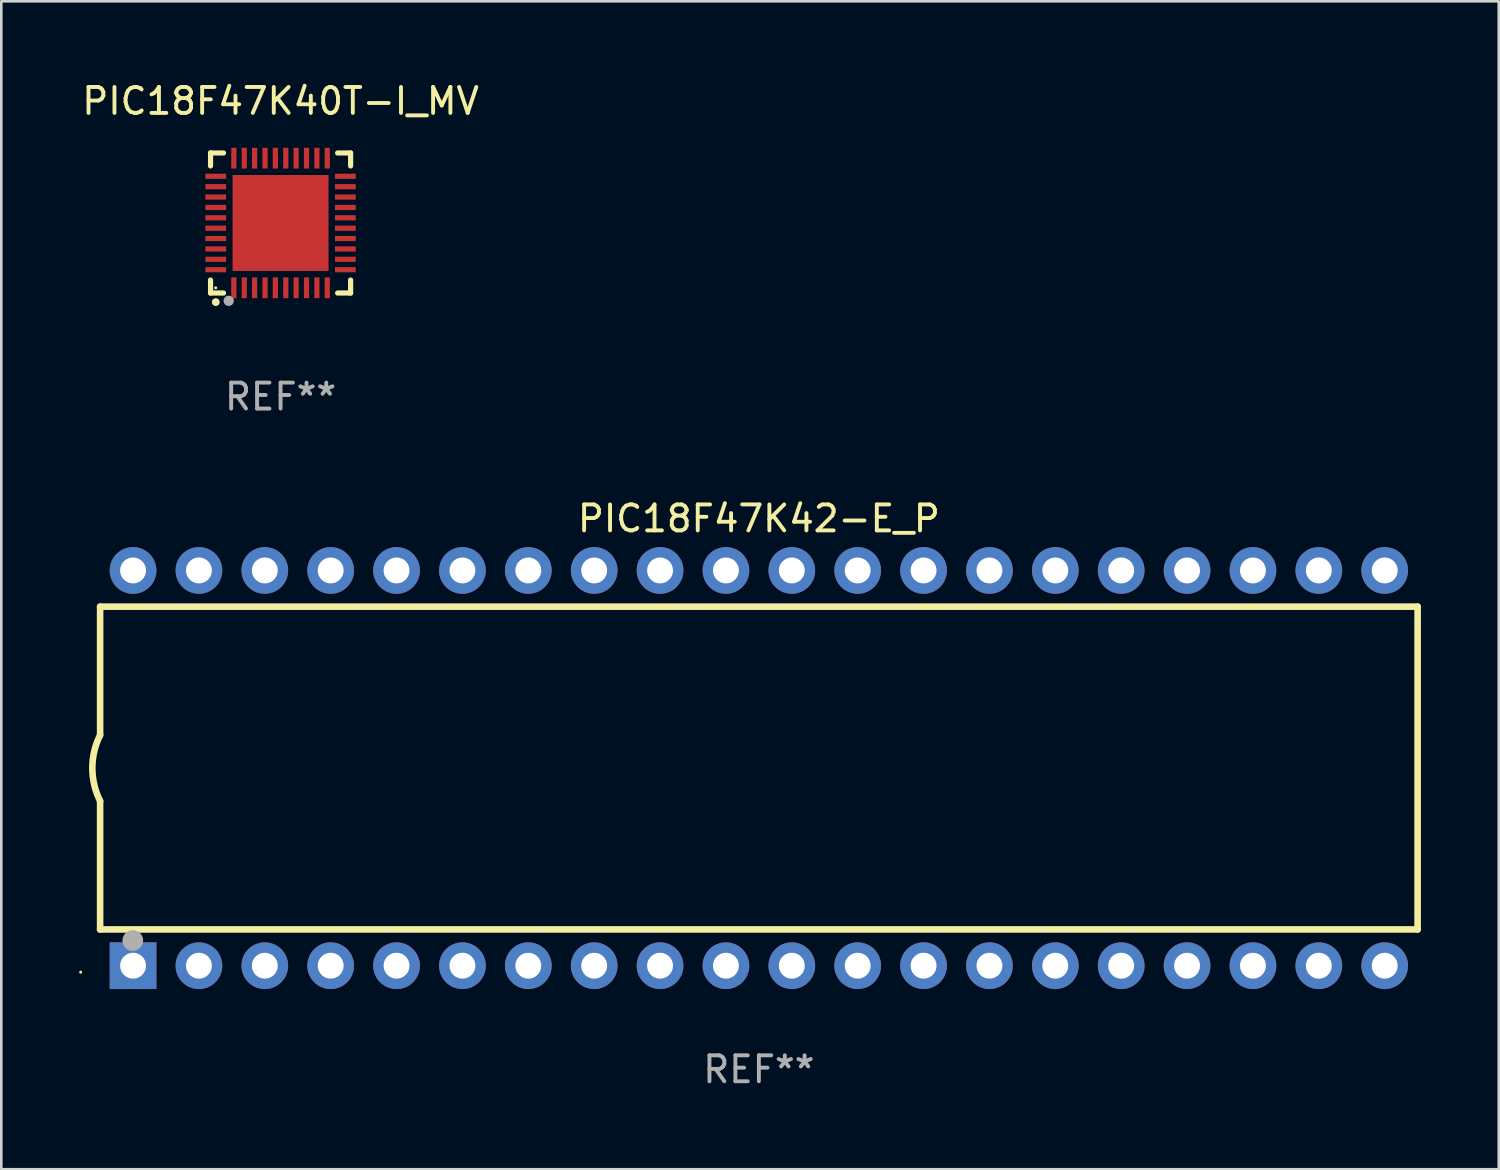
<source format=kicad_pcb>
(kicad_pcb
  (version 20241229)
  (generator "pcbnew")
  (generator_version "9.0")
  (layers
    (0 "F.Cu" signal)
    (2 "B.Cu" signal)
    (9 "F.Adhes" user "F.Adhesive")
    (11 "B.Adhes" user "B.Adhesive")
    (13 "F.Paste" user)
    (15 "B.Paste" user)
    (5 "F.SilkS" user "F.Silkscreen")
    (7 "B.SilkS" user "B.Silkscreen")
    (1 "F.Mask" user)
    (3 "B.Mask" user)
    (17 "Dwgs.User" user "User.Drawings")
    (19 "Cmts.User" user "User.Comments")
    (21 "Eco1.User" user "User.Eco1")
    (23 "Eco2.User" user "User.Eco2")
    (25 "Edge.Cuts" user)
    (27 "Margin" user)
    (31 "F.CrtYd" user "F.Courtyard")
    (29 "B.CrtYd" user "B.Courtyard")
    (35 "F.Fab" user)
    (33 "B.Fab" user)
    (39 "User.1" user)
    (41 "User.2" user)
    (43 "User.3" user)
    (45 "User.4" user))
  (footprint "PIC18F47K42-E_P"
    (layer "F.Cu")
    (at 26.21 26.565)
    (property "Reference" "PIC18F47K42-E_P" (at 0 -9.62 0) (layer "F.SilkS") (effects (font (size 1 1) (thickness 0.15))))
    (attr through_hole)
    (fp_line (start -25.4 -6.224) (end -25.4 -1.271) (stroke (width 0.254) (type solid)) (layer "F.SilkS"))
    (fp_line (start -25.4 -6.224) (end 25.4 -6.224) (stroke (width 0.254) (type solid)) (layer "F.SilkS"))
    (fp_line (start -25.4 1.269) (end -25.4 6.222) (stroke (width 0.254) (type solid)) (layer "F.SilkS"))
    (fp_line (start -25.4 6.222) (end 25.4 6.222) (stroke (width 0.254) (type solid)) (layer "F.SilkS"))
    (fp_line (start 25.4 6.222) (end 25.4 -6.224) (stroke (width 0.254) (type solid)) (layer "F.SilkS"))
    (fp_arc (start -25.4 1.269241) (mid -25.699807 -0.000762) (end -25.4 -1.270765) (stroke (width 0.254001) (type solid)) (layer "F.SilkS"))
    (fp_circle (center -26.15 7.87) (end -26.12 7.87) (stroke (width 0.06) (type solid)) (fill no) (layer "F.SilkS"))
    (fp_circle (center -24.14 6.65) (end -23.94 6.65) (stroke (width 0.4) (type solid)) (fill no) (layer "F.Fab"))
    (fp_text user "REF**" (at 0 11.62 0) (layer "F.Fab") (effects (font (size 1 1) (thickness 0.15))))
    (pad "1" thru_hole rect (at -24.13 7.62 90) (size 1.8 1.8) (drill 1) (layers "*.Cu" "*.Mask"))
    (pad "2" thru_hole circle (at -21.59 7.62) (size 1.8 1.8) (drill 1) (layers "*.Cu" "*.Mask"))
    (pad "3" thru_hole circle (at -19.05 7.62) (size 1.8 1.8) (drill 1) (layers "*.Cu" "*.Mask"))
    (pad "4" thru_hole circle (at -16.51 7.62) (size 1.8 1.8) (drill 1) (layers "*.Cu" "*.Mask"))
    (pad "5" thru_hole circle (at -13.97 7.62) (size 1.8 1.8) (drill 1) (layers "*.Cu" "*.Mask"))
    (pad "6" thru_hole circle (at -11.43 7.62) (size 1.8 1.8) (drill 1) (layers "*.Cu" "*.Mask"))
    (pad "7" thru_hole circle (at -8.89 7.62) (size 1.8 1.8) (drill 1) (layers "*.Cu" "*.Mask"))
    (pad "8" thru_hole circle (at -6.35 7.62) (size 1.8 1.8) (drill 1) (layers "*.Cu" "*.Mask"))
    (pad "9" thru_hole circle (at -3.81 7.62) (size 1.8 1.8) (drill 1) (layers "*.Cu" "*.Mask"))
    (pad "10" thru_hole circle (at -1.27 7.62) (size 1.8 1.8) (drill 1) (layers "*.Cu" "*.Mask"))
    (pad "11" thru_hole circle (at 1.27 7.62) (size 1.8 1.8) (drill 1) (layers "*.Cu" "*.Mask"))
    (pad "12" thru_hole circle (at 3.81 7.62) (size 1.8 1.8) (drill 1) (layers "*.Cu" "*.Mask"))
    (pad "13" thru_hole circle (at 6.35 7.62) (size 1.8 1.8) (drill 1) (layers "*.Cu" "*.Mask"))
    (pad "14" thru_hole circle (at 8.89 7.62) (size 1.8 1.8) (drill 1) (layers "*.Cu" "*.Mask"))
    (pad "15" thru_hole circle (at 11.43 7.62) (size 1.8 1.8) (drill 1) (layers "*.Cu" "*.Mask"))
    (pad "16" thru_hole circle (at 13.97 7.62) (size 1.8 1.8) (drill 1) (layers "*.Cu" "*.Mask"))
    (pad "17" thru_hole circle (at 16.51 7.62) (size 1.8 1.8) (drill 1) (layers "*.Cu" "*.Mask"))
    (pad "18" thru_hole circle (at 19.05 7.62) (size 1.8 1.8) (drill 1) (layers "*.Cu" "*.Mask"))
    (pad "19" thru_hole circle (at 21.59 7.62) (size 1.8 1.8) (drill 1) (layers "*.Cu" "*.Mask"))
    (pad "20" thru_hole circle (at 24.13 7.62) (size 1.8 1.8) (drill 1) (layers "*.Cu" "*.Mask"))
    (pad "21" thru_hole circle (at 24.13 -7.62) (size 1.8 1.8) (drill 1) (layers "*.Cu" "*.Mask"))
    (pad "22" thru_hole circle (at 21.59 -7.62) (size 1.8 1.8) (drill 1) (layers "*.Cu" "*.Mask"))
    (pad "23" thru_hole circle (at 19.05 -7.62) (size 1.8 1.8) (drill 1) (layers "*.Cu" "*.Mask"))
    (pad "24" thru_hole circle (at 16.51 -7.62) (size 1.8 1.8) (drill 1) (layers "*.Cu" "*.Mask"))
    (pad "25" thru_hole circle (at 13.97 -7.62) (size 1.8 1.8) (drill 1) (layers "*.Cu" "*.Mask"))
    (pad "26" thru_hole circle (at 11.43 -7.62) (size 1.8 1.8) (drill 1) (layers "*.Cu" "*.Mask"))
    (pad "27" thru_hole circle (at 8.89 -7.62) (size 1.8 1.8) (drill 1) (layers "*.Cu" "*.Mask"))
    (pad "28" thru_hole circle (at 6.35 -7.62) (size 1.8 1.8) (drill 1) (layers "*.Cu" "*.Mask"))
    (pad "29" thru_hole circle (at 3.81 -7.62) (size 1.8 1.8) (drill 1) (layers "*.Cu" "*.Mask"))
    (pad "30" thru_hole circle (at 1.27 -7.62) (size 1.8 1.8) (drill 1) (layers "*.Cu" "*.Mask"))
    (pad "31" thru_hole circle (at -1.27 -7.62) (size 1.8 1.8) (drill 1) (layers "*.Cu" "*.Mask"))
    (pad "32" thru_hole circle (at -3.81 -7.62) (size 1.8 1.8) (drill 1) (layers "*.Cu" "*.Mask"))
    (pad "33" thru_hole circle (at -6.35 -7.62) (size 1.8 1.8) (drill 1) (layers "*.Cu" "*.Mask"))
    (pad "34" thru_hole circle (at -8.89 -7.62) (size 1.8 1.8) (drill 1) (layers "*.Cu" "*.Mask"))
    (pad "35" thru_hole circle (at -11.43 -7.62) (size 1.8 1.8) (drill 1) (layers "*.Cu" "*.Mask"))
    (pad "36" thru_hole circle (at -13.97 -7.62) (size 1.8 1.8) (drill 1) (layers "*.Cu" "*.Mask"))
    (pad "37" thru_hole circle (at -16.51 -7.62) (size 1.8 1.8) (drill 1) (layers "*.Cu" "*.Mask"))
    (pad "38" thru_hole circle (at -19.05 -7.62) (size 1.8 1.8) (drill 1) (layers "*.Cu" "*.Mask"))
    (pad "39" thru_hole circle (at -21.59 -7.62) (size 1.8 1.8) (drill 1) (layers "*.Cu" "*.Mask"))
    (pad "40" thru_hole circle (at -24.13 -7.62) (size 1.8 1.8) (drill 1) (layers "*.Cu" "*.Mask")))
  (footprint "PIC18F47K40T-I_MV"
    (layer "F.Cu")
    (at 7.768 5.548)
    (property "Reference" "PIC18F47K40T-I_MV" (at 0 -4.7 0) (layer "F.SilkS") (effects (font (size 1 1) (thickness 0.15))))
    (attr through_hole)
    (fp_line (start -2.7 -2.7) (end -2.7 -2.2) (stroke (width 0.2) (type solid)) (layer "F.SilkS"))
    (fp_line (start -2.7 2.7) (end -2.7 2.2) (stroke (width 0.2) (type solid)) (layer "F.SilkS"))
    (fp_line (start -2.2 -2.7) (end -2.7 -2.7) (stroke (width 0.2) (type solid)) (layer "F.SilkS"))
    (fp_line (start -2.2 2.7) (end -2.7 2.7) (stroke (width 0.2) (type solid)) (layer "F.SilkS"))
    (fp_line (start 2.7 -2.7) (end 2.2 -2.7) (stroke (width 0.2) (type solid)) (layer "F.SilkS"))
    (fp_line (start 2.7 -2.2) (end 2.7 -2.7) (stroke (width 0.2) (type solid)) (layer "F.SilkS"))
    (fp_line (start 2.7 2.2) (end 2.7 2.7) (stroke (width 0.2) (type solid)) (layer "F.SilkS"))
    (fp_line (start 2.7 2.7) (end 2.2 2.7) (stroke (width 0.2) (type solid)) (layer "F.SilkS"))
    (fp_arc (start -2.499365 3.050546) (mid -2.498095 3.050541) (end -2.496825 3.050546) (stroke (width 0.3) (type solid)) (layer "F.SilkS"))
    (fp_circle (center -2.5 2.5) (end -2.47 2.5) (stroke (width 0.06) (type solid)) (fill no) (layer "F.SilkS"))
    (fp_circle (center -2 3) (end -1.9 3) (stroke (width 0.2) (type solid)) (fill no) (layer "F.Fab"))
    (fp_text user "REF**" (at 0 6.7 0) (layer "F.Fab") (effects (font (size 1 1) (thickness 0.15))))
    (pad "1" smd rect (at -1.801 2.499) (size 0.2 0.8) (layers "F.Cu" "F.Mask" "F.Paste"))
    (pad "2" smd rect (at -1.4 2.499) (size 0.2 0.8) (layers "F.Cu" "F.Mask" "F.Paste"))
    (pad "3" smd rect (at -1.001 2.499) (size 0.2 0.8) (layers "F.Cu" "F.Mask" "F.Paste"))
    (pad "4" smd rect (at -0.599 2.499) (size 0.2 0.8) (layers "F.Cu" "F.Mask" "F.Paste"))
    (pad "5" smd rect (at -0.201 2.499) (size 0.2 0.8) (layers "F.Cu" "F.Mask" "F.Paste"))
    (pad "6" smd rect (at 0.201 2.499) (size 0.2 0.8) (layers "F.Cu" "F.Mask" "F.Paste"))
    (pad "7" smd rect (at 0.599 2.499) (size 0.2 0.8) (layers "F.Cu" "F.Mask" "F.Paste"))
    (pad "8" smd rect (at 1.001 2.499) (size 0.2 0.8) (layers "F.Cu" "F.Mask" "F.Paste"))
    (pad "9" smd rect (at 1.4 2.499) (size 0.2 0.8) (layers "F.Cu" "F.Mask" "F.Paste"))
    (pad "10" smd rect (at 1.801 2.499) (size 0.2 0.8) (layers "F.Cu" "F.Mask" "F.Paste"))
    (pad "11" smd rect (at 2.499 1.801) (size 0.8 0.2) (layers "F.Cu" "F.Mask" "F.Paste"))
    (pad "12" smd rect (at 2.499 1.4) (size 0.8 0.2) (layers "F.Cu" "F.Mask" "F.Paste"))
    (pad "13" smd rect (at 2.499 1.001) (size 0.8 0.2) (layers "F.Cu" "F.Mask" "F.Paste"))
    (pad "14" smd rect (at 2.499 0.599) (size 0.8 0.2) (layers "F.Cu" "F.Mask" "F.Paste"))
    (pad "15" smd rect (at 2.499 0.201) (size 0.8 0.2) (layers "F.Cu" "F.Mask" "F.Paste"))
    (pad "16" smd rect (at 2.499 -0.201) (size 0.8 0.2) (layers "F.Cu" "F.Mask" "F.Paste"))
    (pad "17" smd rect (at 2.499 -0.599) (size 0.8 0.2) (layers "F.Cu" "F.Mask" "F.Paste"))
    (pad "18" smd rect (at 2.499 -1.001) (size 0.8 0.2) (layers "F.Cu" "F.Mask" "F.Paste"))
    (pad "19" smd rect (at 2.499 -1.4) (size 0.8 0.2) (layers "F.Cu" "F.Mask" "F.Paste"))
    (pad "20" smd rect (at 2.499 -1.801) (size 0.8 0.2) (layers "F.Cu" "F.Mask" "F.Paste"))
    (pad "21" smd rect (at 1.801 -2.499) (size 0.2 0.8) (layers "F.Cu" "F.Mask" "F.Paste"))
    (pad "22" smd rect (at 1.4 -2.499) (size 0.2 0.8) (layers "F.Cu" "F.Mask" "F.Paste"))
    (pad "23" smd rect (at 1.001 -2.499) (size 0.2 0.8) (layers "F.Cu" "F.Mask" "F.Paste"))
    (pad "24" smd rect (at 0.599 -2.499) (size 0.2 0.8) (layers "F.Cu" "F.Mask" "F.Paste"))
    (pad "25" smd rect (at 0.201 -2.499) (size 0.2 0.8) (layers "F.Cu" "F.Mask" "F.Paste"))
    (pad "26" smd rect (at -0.201 -2.499) (size 0.2 0.8) (layers "F.Cu" "F.Mask" "F.Paste"))
    (pad "27" smd rect (at -0.599 -2.499) (size 0.2 0.8) (layers "F.Cu" "F.Mask" "F.Paste"))
    (pad "28" smd rect (at -1.001 -2.499) (size 0.2 0.8) (layers "F.Cu" "F.Mask" "F.Paste"))
    (pad "29" smd rect (at -1.4 -2.499) (size 0.2 0.8) (layers "F.Cu" "F.Mask" "F.Paste"))
    (pad "30" smd rect (at -1.801 -2.499) (size 0.2 0.8) (layers "F.Cu" "F.Mask" "F.Paste"))
    (pad "31" smd rect (at -2.499 -1.801) (size 0.8 0.2) (layers "F.Cu" "F.Mask" "F.Paste"))
    (pad "32" smd rect (at -2.499 -1.4) (size 0.8 0.2) (layers "F.Cu" "F.Mask" "F.Paste"))
    (pad "33" smd rect (at -2.499 -1.001) (size 0.8 0.2) (layers "F.Cu" "F.Mask" "F.Paste"))
    (pad "34" smd rect (at -2.499 -0.599) (size 0.8 0.2) (layers "F.Cu" "F.Mask" "F.Paste"))
    (pad "35" smd rect (at -2.499 -0.201) (size 0.8 0.2) (layers "F.Cu" "F.Mask" "F.Paste"))
    (pad "36" smd rect (at -2.499 0.201) (size 0.8 0.2) (layers "F.Cu" "F.Mask" "F.Paste"))
    (pad "37" smd rect (at -2.499 0.599) (size 0.8 0.2) (layers "F.Cu" "F.Mask" "F.Paste"))
    (pad "38" smd rect (at -2.499 1.001) (size 0.8 0.2) (layers "F.Cu" "F.Mask" "F.Paste"))
    (pad "39" smd rect (at -2.499 1.4) (size 0.8 0.2) (layers "F.Cu" "F.Mask" "F.Paste"))
    (pad "40" smd rect (at -2.499 1.801) (size 0.8 0.2) (layers "F.Cu" "F.Mask" "F.Paste"))
    (pad "41" smd rect (at 0 0) (size 3.7 3.7) (layers "F.Cu" "F.Mask" "F.Paste")))
  (gr_rect
    (start -3 -3)
    (end 54.737 42.033)
    (stroke (width 0.1) (type default))
    (fill no)
    (layer "Edge.Cuts")))
</source>
